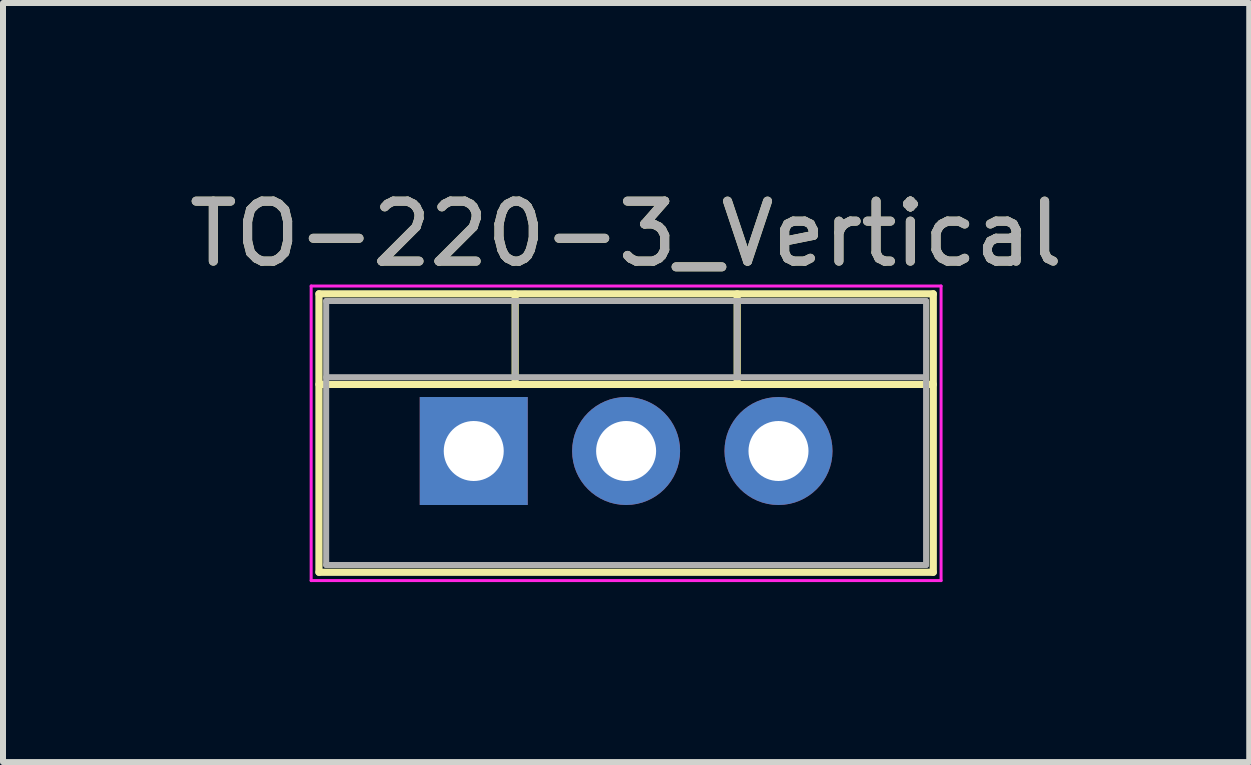
<source format=kicad_pcb>
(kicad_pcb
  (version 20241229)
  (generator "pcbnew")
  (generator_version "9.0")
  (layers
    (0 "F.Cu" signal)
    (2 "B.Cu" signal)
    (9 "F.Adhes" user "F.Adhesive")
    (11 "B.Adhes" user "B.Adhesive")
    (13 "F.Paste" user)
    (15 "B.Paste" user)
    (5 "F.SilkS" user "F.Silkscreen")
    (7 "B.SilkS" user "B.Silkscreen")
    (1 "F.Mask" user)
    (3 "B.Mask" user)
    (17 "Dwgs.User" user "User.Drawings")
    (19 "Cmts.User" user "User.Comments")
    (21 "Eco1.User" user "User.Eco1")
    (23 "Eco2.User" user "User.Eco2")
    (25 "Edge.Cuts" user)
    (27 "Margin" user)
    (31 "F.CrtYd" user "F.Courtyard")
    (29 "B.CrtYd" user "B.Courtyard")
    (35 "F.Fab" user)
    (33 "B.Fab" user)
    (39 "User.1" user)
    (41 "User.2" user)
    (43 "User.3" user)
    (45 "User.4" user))
  (footprint "TO-220-3_Vertical"
    (layer "F.Cu")
    (at 4.847 4.468)
    (property "Reference" "TO-220-3_Vertical" (at 2.54 -3.62 0) (layer "F.SilkS") (effects (font (size 1 1) (thickness 0.15))))
    (attr through_hole)
    (fp_line (start -2.58 -2.62) (end -2.58 2.021) (stroke (width 0.12) (type solid)) (layer "F.SilkS"))
    (fp_line (start -2.58 -2.62) (end 7.66 -2.62) (stroke (width 0.12) (type solid)) (layer "F.SilkS"))
    (fp_line (start -2.58 -1.11) (end 7.66 -1.11) (stroke (width 0.12) (type solid)) (layer "F.SilkS"))
    (fp_line (start -2.58 2.021) (end 7.66 2.021) (stroke (width 0.12) (type solid)) (layer "F.SilkS"))
    (fp_line (start 0.69 -2.62) (end 0.69 -1.11) (stroke (width 0.12) (type solid)) (layer "F.SilkS"))
    (fp_line (start 4.391 -2.62) (end 4.391 -1.11) (stroke (width 0.12) (type solid)) (layer "F.SilkS"))
    (fp_line (start 7.66 -2.62) (end 7.66 2.021) (stroke (width 0.12) (type solid)) (layer "F.SilkS"))
    (fp_line (start -2.71 -2.75) (end -2.71 2.16) (stroke (width 0.05) (type solid)) (layer "F.CrtYd"))
    (fp_line (start -2.71 2.16) (end 7.79 2.16) (stroke (width 0.05) (type solid)) (layer "F.CrtYd"))
    (fp_line (start 7.79 -2.75) (end -2.71 -2.75) (stroke (width 0.05) (type solid)) (layer "F.CrtYd"))
    (fp_line (start 7.79 2.16) (end 7.79 -2.75) (stroke (width 0.05) (type solid)) (layer "F.CrtYd"))
    (fp_line (start -2.46 -2.5) (end -2.46 1.9) (stroke (width 0.1) (type solid)) (layer "F.Fab"))
    (fp_line (start -2.46 -1.23) (end 7.54 -1.23) (stroke (width 0.1) (type solid)) (layer "F.Fab"))
    (fp_line (start -2.46 1.9) (end 7.54 1.9) (stroke (width 0.1) (type solid)) (layer "F.Fab"))
    (fp_line (start 0.69 -2.5) (end 0.69 -1.23) (stroke (width 0.1) (type solid)) (layer "F.Fab"))
    (fp_line (start 4.39 -2.5) (end 4.39 -1.23) (stroke (width 0.1) (type solid)) (layer "F.Fab"))
    (fp_line (start 7.54 -2.5) (end -2.46 -2.5) (stroke (width 0.1) (type solid)) (layer "F.Fab"))
    (fp_line (start 7.54 1.9) (end 7.54 -2.5) (stroke (width 0.1) (type solid)) (layer "F.Fab"))
    (fp_text user "${REFERENCE}" (at 2.54 -3.62 0) (layer "F.Fab") (effects (font (size 1 1) (thickness 0.15))))
    (pad "GND" thru_hole oval (at 2.54 0) (size 1.8 1.8) (drill 1) (layers "*.Cu" "*.Mask"))
    (pad "VI" thru_hole rect (at 0 0) (size 1.8 1.8) (drill 1) (layers "*.Cu" "*.Mask"))
    (pad "VO" thru_hole oval (at 5.08 0) (size 1.8 1.8) (drill 1) (layers "*.Cu" "*.Mask")))
  (gr_rect
    (start -3 -3)
    (end 17.774 9.653)
    (stroke (width 0.1) (type default))
    (fill no)
    (layer "Edge.Cuts")))
</source>
